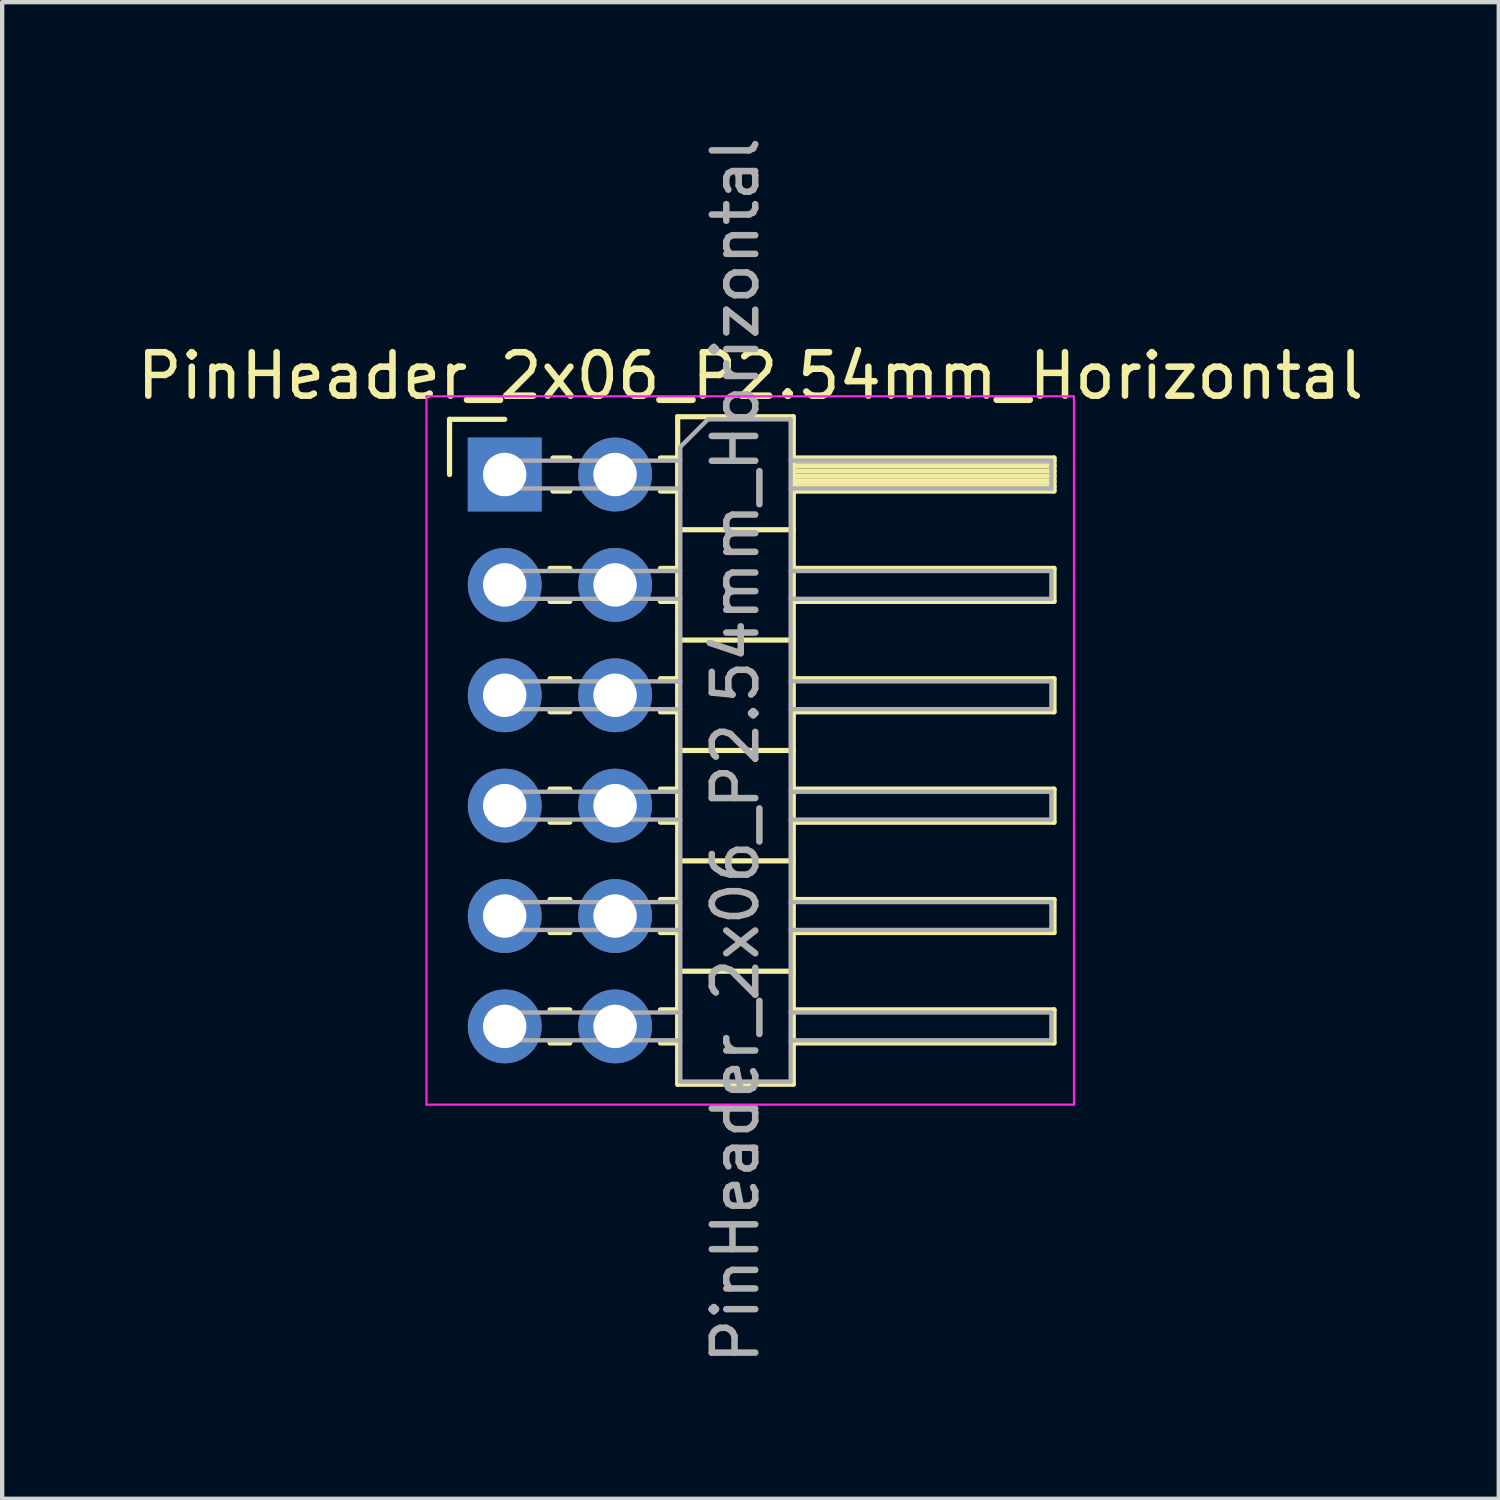
<source format=kicad_pcb>
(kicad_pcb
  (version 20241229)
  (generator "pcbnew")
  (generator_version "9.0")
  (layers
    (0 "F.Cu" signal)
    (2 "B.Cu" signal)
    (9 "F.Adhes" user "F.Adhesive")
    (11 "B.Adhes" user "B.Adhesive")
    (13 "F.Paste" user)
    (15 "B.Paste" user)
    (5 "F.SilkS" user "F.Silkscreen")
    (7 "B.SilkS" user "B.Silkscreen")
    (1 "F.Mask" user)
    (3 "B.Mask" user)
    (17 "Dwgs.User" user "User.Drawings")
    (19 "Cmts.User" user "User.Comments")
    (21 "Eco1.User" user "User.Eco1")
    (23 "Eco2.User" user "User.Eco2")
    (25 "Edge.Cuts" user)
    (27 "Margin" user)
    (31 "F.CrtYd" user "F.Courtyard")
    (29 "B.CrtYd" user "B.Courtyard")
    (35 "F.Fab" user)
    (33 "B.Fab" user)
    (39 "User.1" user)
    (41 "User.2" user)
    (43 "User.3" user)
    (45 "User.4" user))
  (footprint "PinHeader_2x06_P2.54mm_Horizontal"
    (layer "F.Cu")
    (at 8.565 7.87)
    (property "Reference" "PinHeader_2x06_P2.54mm_Horizontal" (at 5.655 -2.27 0) (layer "F.SilkS") (effects (font (size 1 1) (thickness 0.15))))
    (attr through_hole)
    (fp_line (start -1.27 -1.27) (end 0 -1.27) (stroke (width 0.12) (type solid)) (layer "F.SilkS"))
    (fp_line (start -1.27 0) (end -1.27 -1.27) (stroke (width 0.12) (type solid)) (layer "F.SilkS"))
    (fp_line (start 1.043 2.16) (end 1.497 2.16) (stroke (width 0.12) (type solid)) (layer "F.SilkS"))
    (fp_line (start 1.043 2.92) (end 1.497 2.92) (stroke (width 0.12) (type solid)) (layer "F.SilkS"))
    (fp_line (start 1.043 4.7) (end 1.497 4.7) (stroke (width 0.12) (type solid)) (layer "F.SilkS"))
    (fp_line (start 1.043 5.46) (end 1.497 5.46) (stroke (width 0.12) (type solid)) (layer "F.SilkS"))
    (fp_line (start 1.043 7.24) (end 1.497 7.24) (stroke (width 0.12) (type solid)) (layer "F.SilkS"))
    (fp_line (start 1.043 8) (end 1.497 8) (stroke (width 0.12) (type solid)) (layer "F.SilkS"))
    (fp_line (start 1.043 9.78) (end 1.497 9.78) (stroke (width 0.12) (type solid)) (layer "F.SilkS"))
    (fp_line (start 1.043 10.54) (end 1.497 10.54) (stroke (width 0.12) (type solid)) (layer "F.SilkS"))
    (fp_line (start 1.043 12.32) (end 1.497 12.32) (stroke (width 0.12) (type solid)) (layer "F.SilkS"))
    (fp_line (start 1.043 13.08) (end 1.497 13.08) (stroke (width 0.12) (type solid)) (layer "F.SilkS"))
    (fp_line (start 1.11 -0.38) (end 1.497 -0.38) (stroke (width 0.12) (type solid)) (layer "F.SilkS"))
    (fp_line (start 1.11 0.38) (end 1.497 0.38) (stroke (width 0.12) (type solid)) (layer "F.SilkS"))
    (fp_line (start 3.583 -0.38) (end 3.98 -0.38) (stroke (width 0.12) (type solid)) (layer "F.SilkS"))
    (fp_line (start 3.583 0.38) (end 3.98 0.38) (stroke (width 0.12) (type solid)) (layer "F.SilkS"))
    (fp_line (start 3.583 2.16) (end 3.98 2.16) (stroke (width 0.12) (type solid)) (layer "F.SilkS"))
    (fp_line (start 3.583 2.92) (end 3.98 2.92) (stroke (width 0.12) (type solid)) (layer "F.SilkS"))
    (fp_line (start 3.583 4.7) (end 3.98 4.7) (stroke (width 0.12) (type solid)) (layer "F.SilkS"))
    (fp_line (start 3.583 5.46) (end 3.98 5.46) (stroke (width 0.12) (type solid)) (layer "F.SilkS"))
    (fp_line (start 3.583 7.24) (end 3.98 7.24) (stroke (width 0.12) (type solid)) (layer "F.SilkS"))
    (fp_line (start 3.583 8) (end 3.98 8) (stroke (width 0.12) (type solid)) (layer "F.SilkS"))
    (fp_line (start 3.583 9.78) (end 3.98 9.78) (stroke (width 0.12) (type solid)) (layer "F.SilkS"))
    (fp_line (start 3.583 10.54) (end 3.98 10.54) (stroke (width 0.12) (type solid)) (layer "F.SilkS"))
    (fp_line (start 3.583 12.32) (end 3.98 12.32) (stroke (width 0.12) (type solid)) (layer "F.SilkS"))
    (fp_line (start 3.583 13.08) (end 3.98 13.08) (stroke (width 0.12) (type solid)) (layer "F.SilkS"))
    (fp_line (start 3.98 -1.33) (end 3.98 14.03) (stroke (width 0.12) (type solid)) (layer "F.SilkS"))
    (fp_line (start 3.98 1.27) (end 6.64 1.27) (stroke (width 0.12) (type solid)) (layer "F.SilkS"))
    (fp_line (start 3.98 3.81) (end 6.64 3.81) (stroke (width 0.12) (type solid)) (layer "F.SilkS"))
    (fp_line (start 3.98 6.35) (end 6.64 6.35) (stroke (width 0.12) (type solid)) (layer "F.SilkS"))
    (fp_line (start 3.98 8.89) (end 6.64 8.89) (stroke (width 0.12) (type solid)) (layer "F.SilkS"))
    (fp_line (start 3.98 11.43) (end 6.64 11.43) (stroke (width 0.12) (type solid)) (layer "F.SilkS"))
    (fp_line (start 3.98 14.03) (end 6.64 14.03) (stroke (width 0.12) (type solid)) (layer "F.SilkS"))
    (fp_line (start 6.64 -1.33) (end 3.98 -1.33) (stroke (width 0.12) (type solid)) (layer "F.SilkS"))
    (fp_line (start 6.64 -0.38) (end 12.64 -0.38) (stroke (width 0.12) (type solid)) (layer "F.SilkS"))
    (fp_line (start 6.64 -0.32) (end 12.64 -0.32) (stroke (width 0.12) (type solid)) (layer "F.SilkS"))
    (fp_line (start 6.64 -0.2) (end 12.64 -0.2) (stroke (width 0.12) (type solid)) (layer "F.SilkS"))
    (fp_line (start 6.64 -0.08) (end 12.64 -0.08) (stroke (width 0.12) (type solid)) (layer "F.SilkS"))
    (fp_line (start 6.64 0.04) (end 12.64 0.04) (stroke (width 0.12) (type solid)) (layer "F.SilkS"))
    (fp_line (start 6.64 0.16) (end 12.64 0.16) (stroke (width 0.12) (type solid)) (layer "F.SilkS"))
    (fp_line (start 6.64 0.28) (end 12.64 0.28) (stroke (width 0.12) (type solid)) (layer "F.SilkS"))
    (fp_line (start 6.64 2.16) (end 12.64 2.16) (stroke (width 0.12) (type solid)) (layer "F.SilkS"))
    (fp_line (start 6.64 4.7) (end 12.64 4.7) (stroke (width 0.12) (type solid)) (layer "F.SilkS"))
    (fp_line (start 6.64 7.24) (end 12.64 7.24) (stroke (width 0.12) (type solid)) (layer "F.SilkS"))
    (fp_line (start 6.64 9.78) (end 12.64 9.78) (stroke (width 0.12) (type solid)) (layer "F.SilkS"))
    (fp_line (start 6.64 12.32) (end 12.64 12.32) (stroke (width 0.12) (type solid)) (layer "F.SilkS"))
    (fp_line (start 6.64 14.03) (end 6.64 -1.33) (stroke (width 0.12) (type solid)) (layer "F.SilkS"))
    (fp_line (start 12.64 -0.38) (end 12.64 0.38) (stroke (width 0.12) (type solid)) (layer "F.SilkS"))
    (fp_line (start 12.64 0.38) (end 6.64 0.38) (stroke (width 0.12) (type solid)) (layer "F.SilkS"))
    (fp_line (start 12.64 2.16) (end 12.64 2.92) (stroke (width 0.12) (type solid)) (layer "F.SilkS"))
    (fp_line (start 12.64 2.92) (end 6.64 2.92) (stroke (width 0.12) (type solid)) (layer "F.SilkS"))
    (fp_line (start 12.64 4.7) (end 12.64 5.46) (stroke (width 0.12) (type solid)) (layer "F.SilkS"))
    (fp_line (start 12.64 5.46) (end 6.64 5.46) (stroke (width 0.12) (type solid)) (layer "F.SilkS"))
    (fp_line (start 12.64 7.24) (end 12.64 8) (stroke (width 0.12) (type solid)) (layer "F.SilkS"))
    (fp_line (start 12.64 8) (end 6.64 8) (stroke (width 0.12) (type solid)) (layer "F.SilkS"))
    (fp_line (start 12.64 9.78) (end 12.64 10.54) (stroke (width 0.12) (type solid)) (layer "F.SilkS"))
    (fp_line (start 12.64 10.54) (end 6.64 10.54) (stroke (width 0.12) (type solid)) (layer "F.SilkS"))
    (fp_line (start 12.64 12.32) (end 12.64 13.08) (stroke (width 0.12) (type solid)) (layer "F.SilkS"))
    (fp_line (start 12.64 13.08) (end 6.64 13.08) (stroke (width 0.12) (type solid)) (layer "F.SilkS"))
    (fp_line (start -1.8 -1.8) (end -1.8 14.5) (stroke (width 0.05) (type solid)) (layer "F.CrtYd"))
    (fp_line (start -1.8 14.5) (end 13.1 14.5) (stroke (width 0.05) (type solid)) (layer "F.CrtYd"))
    (fp_line (start 13.1 -1.8) (end -1.8 -1.8) (stroke (width 0.05) (type solid)) (layer "F.CrtYd"))
    (fp_line (start 13.1 14.5) (end 13.1 -1.8) (stroke (width 0.05) (type solid)) (layer "F.CrtYd"))
    (fp_line (start -0.32 -0.32) (end -0.32 0.32) (stroke (width 0.1) (type solid)) (layer "F.Fab"))
    (fp_line (start -0.32 -0.32) (end 4.04 -0.32) (stroke (width 0.1) (type solid)) (layer "F.Fab"))
    (fp_line (start -0.32 0.32) (end 4.04 0.32) (stroke (width 0.1) (type solid)) (layer "F.Fab"))
    (fp_line (start -0.32 2.22) (end -0.32 2.86) (stroke (width 0.1) (type solid)) (layer "F.Fab"))
    (fp_line (start -0.32 2.22) (end 4.04 2.22) (stroke (width 0.1) (type solid)) (layer "F.Fab"))
    (fp_line (start -0.32 2.86) (end 4.04 2.86) (stroke (width 0.1) (type solid)) (layer "F.Fab"))
    (fp_line (start -0.32 4.76) (end -0.32 5.4) (stroke (width 0.1) (type solid)) (layer "F.Fab"))
    (fp_line (start -0.32 4.76) (end 4.04 4.76) (stroke (width 0.1) (type solid)) (layer "F.Fab"))
    (fp_line (start -0.32 5.4) (end 4.04 5.4) (stroke (width 0.1) (type solid)) (layer "F.Fab"))
    (fp_line (start -0.32 7.3) (end -0.32 7.94) (stroke (width 0.1) (type solid)) (layer "F.Fab"))
    (fp_line (start -0.32 7.3) (end 4.04 7.3) (stroke (width 0.1) (type solid)) (layer "F.Fab"))
    (fp_line (start -0.32 7.94) (end 4.04 7.94) (stroke (width 0.1) (type solid)) (layer "F.Fab"))
    (fp_line (start -0.32 9.84) (end -0.32 10.48) (stroke (width 0.1) (type solid)) (layer "F.Fab"))
    (fp_line (start -0.32 9.84) (end 4.04 9.84) (stroke (width 0.1) (type solid)) (layer "F.Fab"))
    (fp_line (start -0.32 10.48) (end 4.04 10.48) (stroke (width 0.1) (type solid)) (layer "F.Fab"))
    (fp_line (start -0.32 12.38) (end -0.32 13.02) (stroke (width 0.1) (type solid)) (layer "F.Fab"))
    (fp_line (start -0.32 12.38) (end 4.04 12.38) (stroke (width 0.1) (type solid)) (layer "F.Fab"))
    (fp_line (start -0.32 13.02) (end 4.04 13.02) (stroke (width 0.1) (type solid)) (layer "F.Fab"))
    (fp_line (start 4.04 -0.635) (end 4.675 -1.27) (stroke (width 0.1) (type solid)) (layer "F.Fab"))
    (fp_line (start 4.04 13.97) (end 4.04 -0.635) (stroke (width 0.1) (type solid)) (layer "F.Fab"))
    (fp_line (start 4.675 -1.27) (end 6.58 -1.27) (stroke (width 0.1) (type solid)) (layer "F.Fab"))
    (fp_line (start 6.58 -1.27) (end 6.58 13.97) (stroke (width 0.1) (type solid)) (layer "F.Fab"))
    (fp_line (start 6.58 -0.32) (end 12.58 -0.32) (stroke (width 0.1) (type solid)) (layer "F.Fab"))
    (fp_line (start 6.58 0.32) (end 12.58 0.32) (stroke (width 0.1) (type solid)) (layer "F.Fab"))
    (fp_line (start 6.58 2.22) (end 12.58 2.22) (stroke (width 0.1) (type solid)) (layer "F.Fab"))
    (fp_line (start 6.58 2.86) (end 12.58 2.86) (stroke (width 0.1) (type solid)) (layer "F.Fab"))
    (fp_line (start 6.58 4.76) (end 12.58 4.76) (stroke (width 0.1) (type solid)) (layer "F.Fab"))
    (fp_line (start 6.58 5.4) (end 12.58 5.4) (stroke (width 0.1) (type solid)) (layer "F.Fab"))
    (fp_line (start 6.58 7.3) (end 12.58 7.3) (stroke (width 0.1) (type solid)) (layer "F.Fab"))
    (fp_line (start 6.58 7.94) (end 12.58 7.94) (stroke (width 0.1) (type solid)) (layer "F.Fab"))
    (fp_line (start 6.58 9.84) (end 12.58 9.84) (stroke (width 0.1) (type solid)) (layer "F.Fab"))
    (fp_line (start 6.58 10.48) (end 12.58 10.48) (stroke (width 0.1) (type solid)) (layer "F.Fab"))
    (fp_line (start 6.58 12.38) (end 12.58 12.38) (stroke (width 0.1) (type solid)) (layer "F.Fab"))
    (fp_line (start 6.58 13.02) (end 12.58 13.02) (stroke (width 0.1) (type solid)) (layer "F.Fab"))
    (fp_line (start 6.58 13.97) (end 4.04 13.97) (stroke (width 0.1) (type solid)) (layer "F.Fab"))
    (fp_line (start 12.58 -0.32) (end 12.58 0.32) (stroke (width 0.1) (type solid)) (layer "F.Fab"))
    (fp_line (start 12.58 2.22) (end 12.58 2.86) (stroke (width 0.1) (type solid)) (layer "F.Fab"))
    (fp_line (start 12.58 4.76) (end 12.58 5.4) (stroke (width 0.1) (type solid)) (layer "F.Fab"))
    (fp_line (start 12.58 7.3) (end 12.58 7.94) (stroke (width 0.1) (type solid)) (layer "F.Fab"))
    (fp_line (start 12.58 9.84) (end 12.58 10.48) (stroke (width 0.1) (type solid)) (layer "F.Fab"))
    (fp_line (start 12.58 12.38) (end 12.58 13.02) (stroke (width 0.1) (type solid)) (layer "F.Fab"))
    (fp_text user "${REFERENCE}" (at 5.31 6.35 90) (layer "F.Fab") (effects (font (size 1 1) (thickness 0.15))))
    (pad "1" thru_hole rect (at 0 0) (size 1.7 1.7) (drill 1) (layers "*.Cu" "*.Mask"))
    (pad "2" thru_hole oval (at 0 2.54) (size 1.7 1.7) (drill 1) (layers "*.Cu" "*.Mask"))
    (pad "3" thru_hole oval (at 0 5.08) (size 1.7 1.7) (drill 1) (layers "*.Cu" "*.Mask"))
    (pad "4" thru_hole oval (at 0 7.62) (size 1.7 1.7) (drill 1) (layers "*.Cu" "*.Mask"))
    (pad "5" thru_hole oval (at 0 10.16) (size 1.7 1.7) (drill 1) (layers "*.Cu" "*.Mask"))
    (pad "6" thru_hole oval (at 0 12.7) (size 1.7 1.7) (drill 1) (layers "*.Cu" "*.Mask"))
    (pad "7" thru_hole oval (at 2.54 0) (size 1.7 1.7) (drill 1) (layers "*.Cu" "*.Mask"))
    (pad "8" thru_hole oval (at 2.54 2.54) (size 1.7 1.7) (drill 1) (layers "*.Cu" "*.Mask"))
    (pad "9" thru_hole oval (at 2.54 5.08) (size 1.7 1.7) (drill 1) (layers "*.Cu" "*.Mask"))
    (pad "10" thru_hole oval (at 2.54 7.62) (size 1.7 1.7) (drill 1) (layers "*.Cu" "*.Mask"))
    (pad "11" thru_hole oval (at 2.54 10.16) (size 1.7 1.7) (drill 1) (layers "*.Cu" "*.Mask"))
    (pad "12" thru_hole oval (at 2.54 12.7) (size 1.7 1.7) (drill 1) (layers "*.Cu" "*.Mask")))
  (gr_rect
    (start -3 -3)
    (end 31.44 31.44)
    (stroke (width 0.1) (type default))
    (fill no)
    (layer "Edge.Cuts")))
</source>
